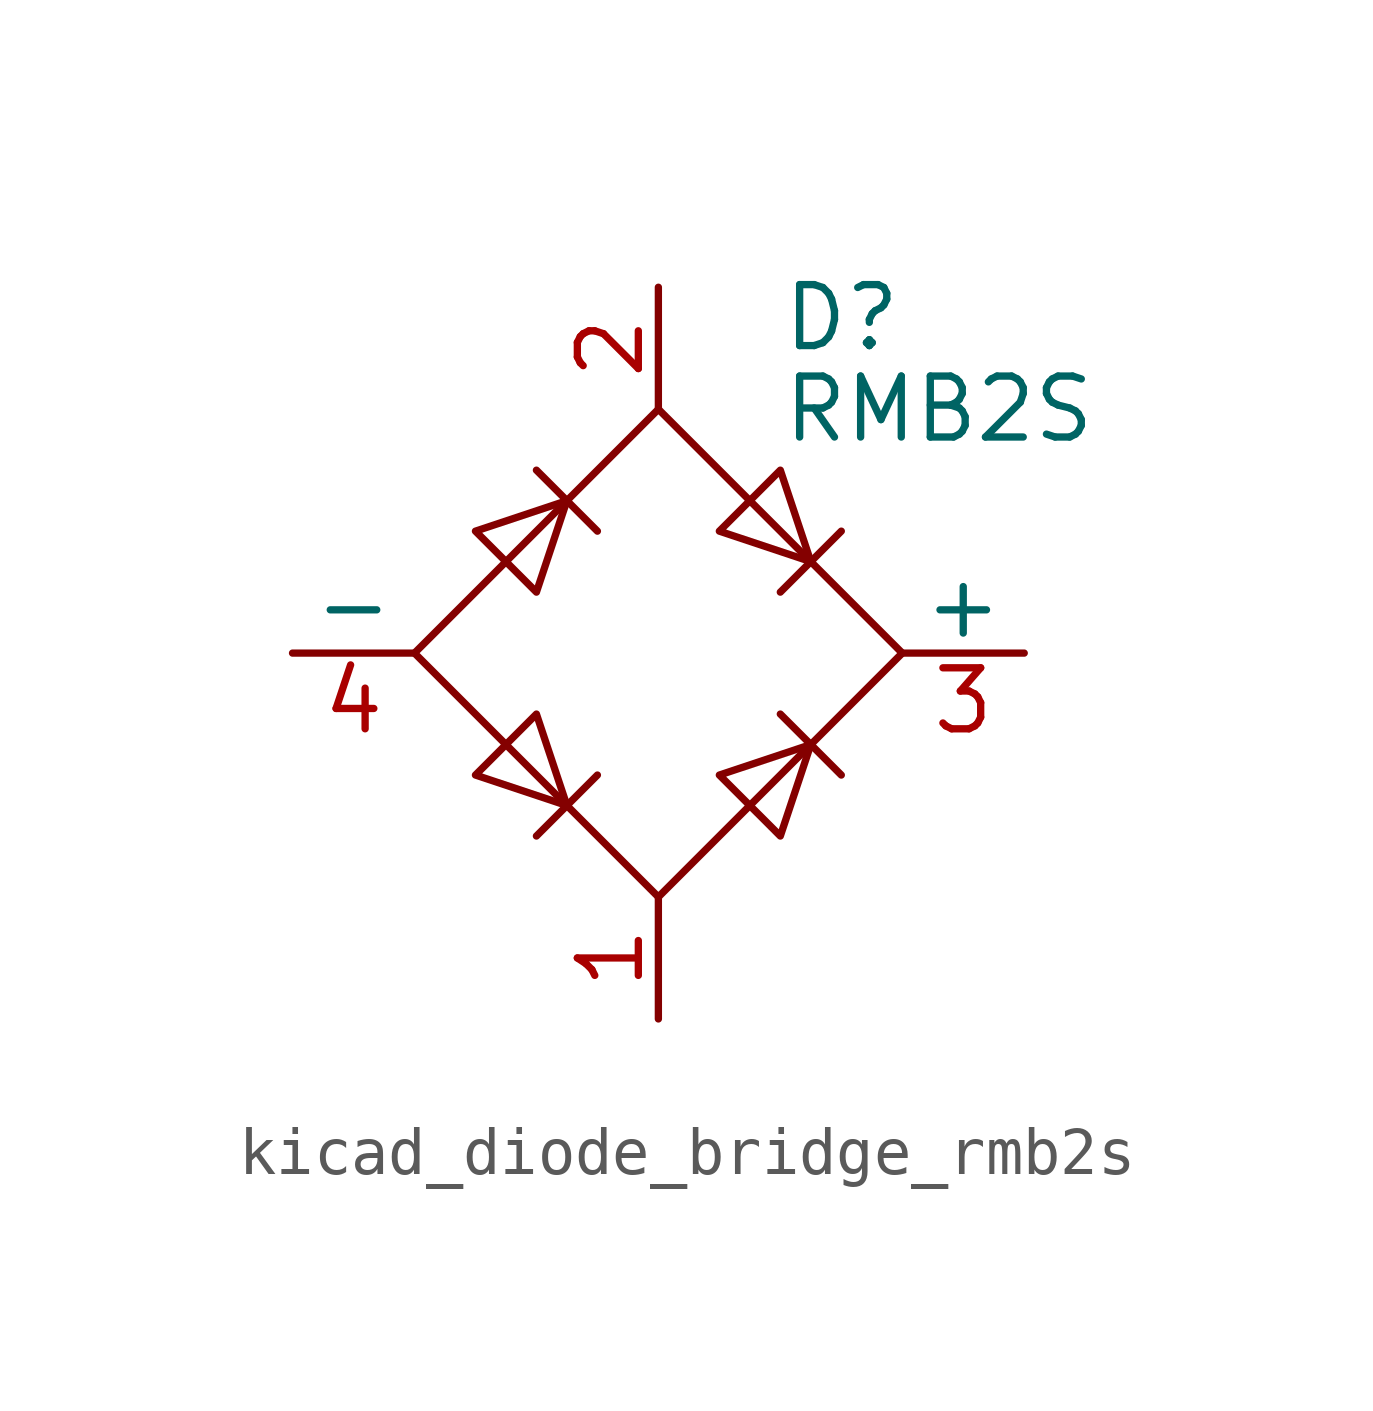
<source format=kicad_sym>
(kicad_symbol_lib
  (version 20220914)
  (generator kicad_symbol_editor)
  (symbol "kicad_diode_bridge_rmb2s"
    (pin_names
      (offset 0))
    (property "Reference" "D"
      (at 2.54 6.985 0)
      (effects (font (size 1.27 1.27)) (justify left)))
    (property "Value" "RMB2S"
      (at 2.54 5.08 0)
      (effects (font (size 1.27 1.27)) (justify left)))
    (symbol "kicad_diode_bridge_rmb2s_0_1"
      (polyline (pts (xy -2.54 3.81) (xy -1.27 2.54)) (stroke (width 0) (type default)) (fill (type none)))
      (polyline (pts (xy -1.27 -2.54) (xy -2.54 -3.81)) (stroke (width 0) (type default)) (fill (type none)))
      (polyline (pts (xy 2.54 -1.27) (xy 3.81 -2.54)) (stroke (width 0) (type default)) (fill (type none)))
      (polyline (pts (xy 2.54 1.27) (xy 3.81 2.54)) (stroke (width 0) (type default)) (fill (type none)))
      (polyline (pts (xy -3.81 2.54) (xy -2.54 1.27) (xy -1.905 3.175) (xy -3.81 2.54)) (stroke (width 0) (type default)) (fill (type none)))
      (polyline (pts (xy -2.54 -1.27) (xy -3.81 -2.54) (xy -1.905 -3.175) (xy -2.54 -1.27)) (stroke (width 0) (type default)) (fill (type none)))
      (polyline (pts (xy 1.27 2.54) (xy 2.54 3.81) (xy 3.175 1.905) (xy 1.27 2.54)) (stroke (width 0) (type default)) (fill (type none)))
      (polyline (pts (xy 3.175 -1.905) (xy 1.27 -2.54) (xy 2.54 -3.81) (xy 3.175 -1.905)) (stroke (width 0) (type default)) (fill (type none)))
      (polyline (pts (xy -5.08 0) (xy 0 -5.08) (xy 5.08 0) (xy 0 5.08) (xy -5.08 0)) (stroke (width 0) (type default)) (fill (type none))))
    (symbol "kicad_diode_bridge_rmb2s_1_1"
      (pin passive line (at 0 -7.62 90) (length 2.54) (name "~" (effects (font (size 1.27 1.27)))) (number "1" (effects (font (size 1.27 1.27)))))
      (pin passive line (at 0 7.62 270) (length 2.54) (name "~" (effects (font (size 1.27 1.27)))) (number "2" (effects (font (size 1.27 1.27)))))
      (pin passive line (at 7.62 0 180) (length 2.54) (name "+" (effects (font (size 1.27 1.27)))) (number "3" (effects (font (size 1.27 1.27)))))
      (pin passive line (at -7.62 0 0) (length 2.54) (name "-" (effects (font (size 1.27 1.27)))) (number "4" (effects (font (size 1.27 1.27))))))))
</source>
